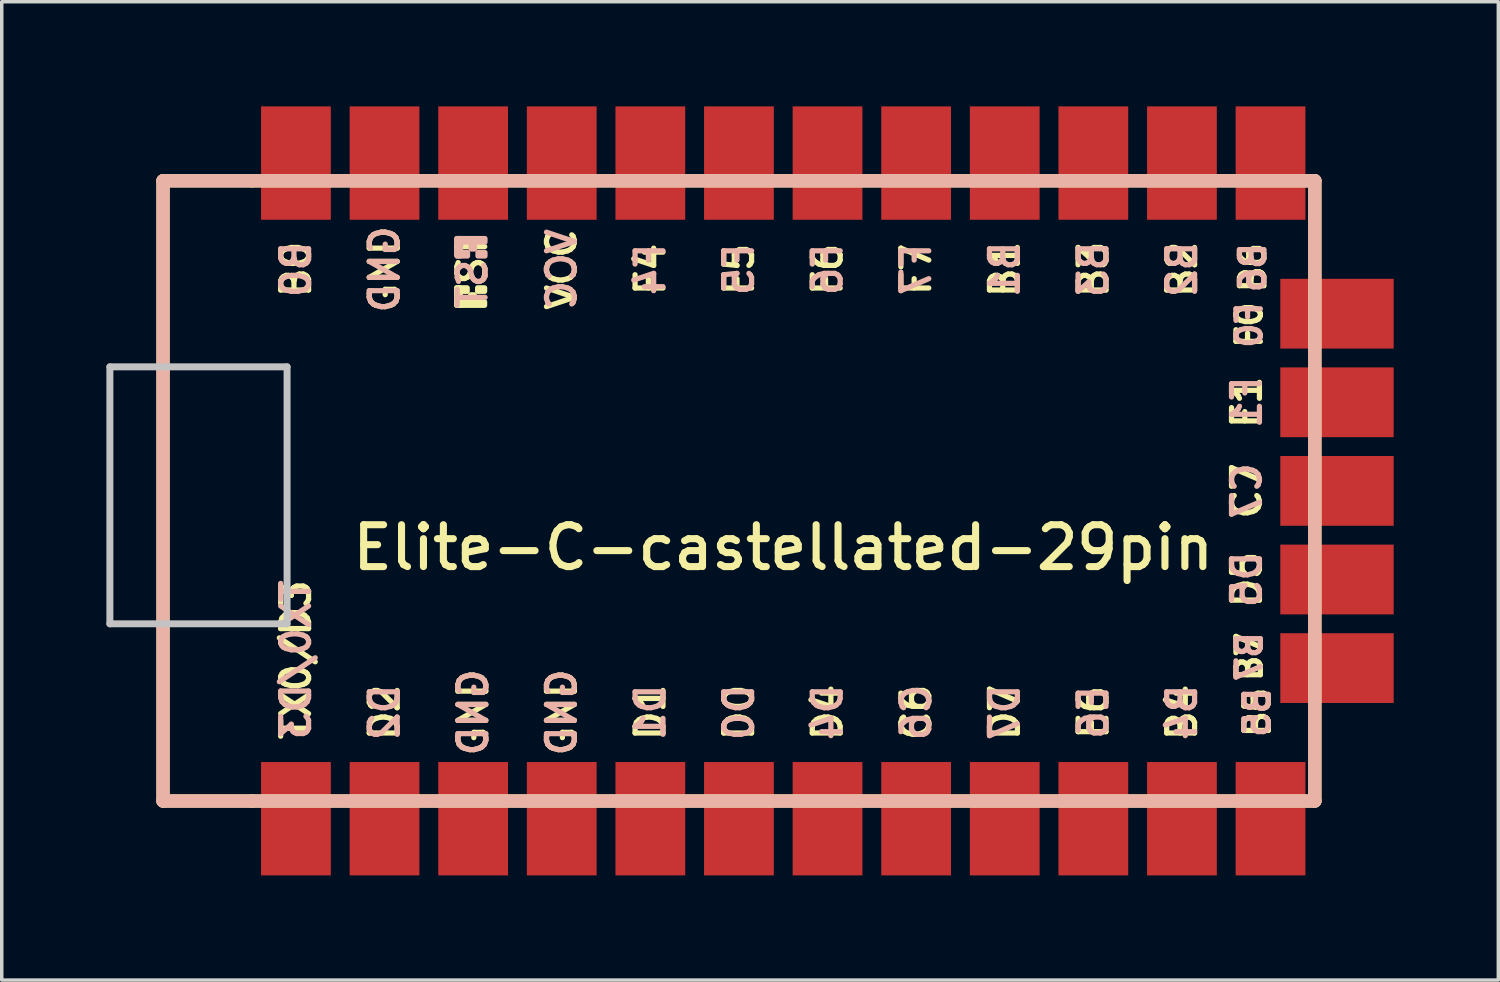
<source format=kicad_pcb>
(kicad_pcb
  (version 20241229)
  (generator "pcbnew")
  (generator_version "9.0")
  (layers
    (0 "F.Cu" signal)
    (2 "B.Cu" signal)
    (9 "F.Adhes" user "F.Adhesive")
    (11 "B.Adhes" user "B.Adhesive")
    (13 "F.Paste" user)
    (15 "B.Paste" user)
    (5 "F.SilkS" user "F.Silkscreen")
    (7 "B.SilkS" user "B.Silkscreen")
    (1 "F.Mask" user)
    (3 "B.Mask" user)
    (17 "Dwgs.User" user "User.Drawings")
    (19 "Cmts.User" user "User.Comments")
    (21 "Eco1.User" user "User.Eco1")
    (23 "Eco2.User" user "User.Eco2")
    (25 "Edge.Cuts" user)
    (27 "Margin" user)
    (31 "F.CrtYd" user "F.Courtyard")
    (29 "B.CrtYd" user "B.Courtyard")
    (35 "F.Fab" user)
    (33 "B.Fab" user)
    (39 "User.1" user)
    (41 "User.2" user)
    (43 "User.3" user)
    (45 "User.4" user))
  (footprint "Elite-C-castellated-29pin"
    (layer "F.Cu")
    (at 19.404 11.023)
    (property "Reference" "Elite-C-castellated-29pin" (at 0 1.625 0) (layer "F.SilkS") (effects (font (size 1.2 1.2) (thickness 0.203))))
    (attr through_hole)
    (fp_line (start -17.78 -8.89) (end -17.78 8.89) (stroke (width 0.381) (type solid)) (layer "F.SilkS"))
    (fp_line (start -17.78 8.89) (end -15.24 8.89) (stroke (width 0.381) (type solid)) (layer "F.SilkS"))
    (fp_line (start -15.24 -8.89) (end -17.78 -8.89) (stroke (width 0.381) (type solid)) (layer "F.SilkS"))
    (fp_line (start -15.24 8.89) (end 15.24 8.89) (stroke (width 0.381) (type solid)) (layer "F.SilkS"))
    (fp_line (start 15.24 -8.89) (end -15.24 -8.89) (stroke (width 0.381) (type solid)) (layer "F.SilkS"))
    (fp_line (start 15.24 8.89) (end 15.24 -8.89) (stroke (width 0.381) (type solid)) (layer "F.SilkS"))
    (fp_poly (pts (xy -9.361 -5.821) (xy -9.261 -5.821) (xy -9.261 -5.321) (xy -9.361 -5.321)) (stroke (width 0.15) (type solid)) (fill yes) (layer "F.SilkS"))
    (fp_poly (pts (xy -9.361 -5.821) (xy -9.061 -5.821) (xy -9.061 -5.721) (xy -9.361 -5.721)) (stroke (width 0.15) (type solid)) (fill yes) (layer "F.SilkS"))
    (fp_poly (pts (xy -9.361 -5.421) (xy -8.561 -5.421) (xy -8.561 -5.321) (xy -9.361 -5.321)) (stroke (width 0.15) (type solid)) (fill yes) (layer "F.SilkS"))
    (fp_poly (pts (xy -8.961 -5.621) (xy -8.861 -5.621) (xy -8.861 -5.521) (xy -8.961 -5.521)) (stroke (width 0.15) (type solid)) (fill yes) (layer "F.SilkS"))
    (fp_poly (pts (xy -8.761 -5.821) (xy -8.561 -5.821) (xy -8.561 -5.721) (xy -8.761 -5.721)) (stroke (width 0.15) (type solid)) (fill yes) (layer "F.SilkS"))
    (fp_line (start -17.78 -8.89) (end -17.78 8.89) (stroke (width 0.381) (type solid)) (layer "B.SilkS"))
    (fp_line (start -17.78 8.89) (end 15.24 8.89) (stroke (width 0.381) (type solid)) (layer "B.SilkS"))
    (fp_line (start 15.24 -8.89) (end -17.78 -8.89) (stroke (width 0.381) (type solid)) (layer "B.SilkS"))
    (fp_line (start 15.24 8.89) (end 15.24 -8.89) (stroke (width 0.381) (type solid)) (layer "B.SilkS"))
    (fp_poly (pts (xy -9.351 -7.134) (xy -8.551 -7.134) (xy -8.551 -7.234) (xy -9.351 -7.234)) (stroke (width 0.15) (type solid)) (fill yes) (layer "B.SilkS"))
    (fp_poly (pts (xy -9.351 -6.734) (xy -9.251 -6.734) (xy -9.251 -7.234) (xy -9.351 -7.234)) (stroke (width 0.15) (type solid)) (fill yes) (layer "B.SilkS"))
    (fp_poly (pts (xy -9.351 -6.734) (xy -9.051 -6.734) (xy -9.051 -6.834) (xy -9.351 -6.834)) (stroke (width 0.15) (type solid)) (fill yes) (layer "B.SilkS"))
    (fp_poly (pts (xy -8.951 -6.934) (xy -8.851 -6.934) (xy -8.851 -7.034) (xy -8.951 -7.034)) (stroke (width 0.15) (type solid)) (fill yes) (layer "B.SilkS"))
    (fp_poly (pts (xy -8.751 -6.734) (xy -8.551 -6.734) (xy -8.551 -6.834) (xy -8.751 -6.834)) (stroke (width 0.15) (type solid)) (fill yes) (layer "B.SilkS"))
    (fp_line (start -19.304 -3.556) (end -14.224 -3.556) (stroke (width 0.2) (type solid)) (layer "Dwgs.User"))
    (fp_line (start -19.304 3.81) (end -19.304 -3.556) (stroke (width 0.2) (type solid)) (layer "Dwgs.User"))
    (fp_line (start -14.224 -3.556) (end -14.224 3.81) (stroke (width 0.2) (type solid)) (layer "Dwgs.User"))
    (fp_line (start -14.224 3.81) (end -19.304 3.81) (stroke (width 0.2) (type solid)) (layer "Dwgs.User"))
    (fp_text user "D5" (at 13.289 2.54 90) (layer "F.SilkS") (effects (font (size 0.8 0.8) (thickness 0.15))))
    (fp_text user "B1" (at 6.35 -6.35 90) (layer "F.SilkS") (effects (font (size 0.8 0.8) (thickness 0.15))))
    (fp_text user "B3" (at 8.89 -6.35 90) (layer "F.SilkS") (effects (font (size 0.8 0.8) (thickness 0.15))))
    (fp_text user "D4" (at 1.27 6.35 90) (layer "F.SilkS") (effects (font (size 0.8 0.8) (thickness 0.15))))
    (fp_text user "VCC" (at -6.35 -6.35 90) (layer "F.SilkS") (effects (font (size 0.8 0.8) (thickness 0.15))))
    (fp_text user "D0" (at -1.27 6.35 90) (layer "F.SilkS") (effects (font (size 0.8 0.8) (thickness 0.15))))
    (fp_text user "B5" (at 13.589 6.35 90) (layer "F.SilkS") (effects (font (size 0.7 0.7) (thickness 0.15))))
    (fp_text user "F7" (at 3.81 -6.35 90) (layer "F.SilkS") (effects (font (size 0.8 0.8) (thickness 0.15))))
    (fp_text user "GND" (at -6.35 6.35 90) (layer "F.SilkS") (effects (font (size 0.8 0.8) (thickness 0.15))))
    (fp_text user "D7" (at 6.35 6.35 90) (layer "F.SilkS") (effects (font (size 0.8 0.8) (thickness 0.15))))
    (fp_text user "B4" (at 11.43 6.35 90) (layer "F.SilkS") (effects (font (size 0.8 0.8) (thickness 0.15))))
    (fp_text user "C6" (at 3.81 6.35 90) (layer "F.SilkS") (effects (font (size 0.8 0.8) (thickness 0.15))))
    (fp_text user "F4" (at -3.81 -6.35 90) (layer "F.SilkS") (effects (font (size 0.8 0.8) (thickness 0.15))))
    (fp_text user "E6" (at 8.89 6.35 90) (layer "F.SilkS") (effects (font (size 0.8 0.8) (thickness 0.15))))
    (fp_text user "B2" (at 11.43 -6.35 90) (layer "F.SilkS") (effects (font (size 0.8 0.8) (thickness 0.15))))
    (fp_text user "F6" (at 1.27 -6.35 90) (layer "F.SilkS") (effects (font (size 0.8 0.8) (thickness 0.15))))
    (fp_text user "D2" (at -11.43 6.35 90) (layer "F.SilkS") (effects (font (size 0.8 0.8) (thickness 0.15))))
    (fp_text user "F5" (at -1.27 -6.35 90) (layer "F.SilkS") (effects (font (size 0.8 0.8) (thickness 0.15))))
    (fp_text user "F1" (at 13.289 -2.54 90) (layer "F.SilkS") (effects (font (size 0.8 0.8) (thickness 0.15))))
    (fp_text user "B6" (at 13.462 -6.4 90) (unlocked yes) (layer "F.SilkS") (effects (font (size 0.7 0.7) (thickness 0.15))))
    (fp_text user "C7" (at 13.289 0 90) (layer "F.SilkS") (effects (font (size 0.8 0.8) (thickness 0.15))))
    (fp_text user "GND" (at -11.43 -6.35 90) (layer "F.SilkS") (effects (font (size 0.8 0.8) (thickness 0.15))))
    (fp_text user "B7" (at 13.362 4.754 90) (layer "F.SilkS") (effects (font (size 0.7 0.7) (thickness 0.15))))
    (fp_text user "ST" (at -8.92 -6.622 90) (layer "F.SilkS") (effects (font (size 0.8 0.8) (thickness 0.15))))
    (fp_text user "TX0/D3" (at -13.97 4.842 90) (layer "F.SilkS") (effects (font (size 0.8 0.8) (thickness 0.15))))
    (fp_text user "D1" (at -3.81 6.35 90) (layer "F.SilkS") (effects (font (size 0.8 0.8) (thickness 0.15))))
    (fp_text user "B0" (at -13.97 -6.35 90) (layer "F.SilkS") (effects (font (size 0.8 0.8) (thickness 0.15))))
    (fp_text user "F0" (at 13.362 -4.754 90) (layer "F.SilkS") (effects (font (size 0.7 0.7) (thickness 0.15))))
    (fp_text user "GND" (at -8.89 6.35 90) (layer "F.SilkS") (effects (font (size 0.8 0.8) (thickness 0.15))))
    (fp_text user "F1" (at 13.289 -2.54 90) (layer "B.SilkS") (effects (font (size 0.8 0.8) (thickness 0.15)) (justify mirror)))
    (fp_text user "D5" (at 13.289 2.54 90) (layer "B.SilkS") (effects (font (size 0.8 0.8) (thickness 0.15)) (justify mirror)))
    (fp_text user "VCC" (at -6.35 -6.35 90) (layer "B.SilkS") (effects (font (size 0.8 0.8) (thickness 0.15)) (justify mirror)))
    (fp_text user "B7" (at 13.362 4.754 90) (layer "B.SilkS") (effects (font (size 0.7 0.7) (thickness 0.15)) (justify mirror)))
    (fp_text user "C6" (at 3.81 6.35 90) (layer "B.SilkS") (effects (font (size 0.8 0.8) (thickness 0.15)) (justify mirror)))
    (fp_text user "B6" (at 13.462 -6.4 90) (unlocked yes) (layer "B.SilkS") (effects (font (size 0.7 0.7) (thickness 0.15)) (justify mirror)))
    (fp_text user "B0" (at -13.97 -6.35 90) (layer "B.SilkS") (effects (font (size 0.8 0.8) (thickness 0.15)) (justify mirror)))
    (fp_text user "E6" (at 8.89 6.35 90) (layer "B.SilkS") (effects (font (size 0.8 0.8) (thickness 0.15)) (justify mirror)))
    (fp_text user "F6" (at 1.27 -6.35 90) (layer "B.SilkS") (effects (font (size 0.8 0.8) (thickness 0.15)) (justify mirror)))
    (fp_text user "D0" (at -1.27 6.35 90) (layer "B.SilkS") (effects (font (size 0.8 0.8) (thickness 0.15)) (justify mirror)))
    (fp_text user "D1" (at -3.81 6.35 90) (layer "B.SilkS") (effects (font (size 0.8 0.8) (thickness 0.15)) (justify mirror)))
    (fp_text user "GND" (at -11.43 -6.35 90) (layer "B.SilkS") (effects (font (size 0.8 0.8) (thickness 0.15)) (justify mirror)))
    (fp_text user "C7" (at 13.289 0 90) (layer "B.SilkS") (effects (font (size 0.8 0.8) (thickness 0.15)) (justify mirror)))
    (fp_text user "TX0/D3" (at -13.97 4.842 90) (layer "B.SilkS") (effects (font (size 0.8 0.8) (thickness 0.15)) (justify mirror)))
    (fp_text user "B5" (at 13.589 6.35 90) (layer "B.SilkS") (effects (font (size 0.7 0.7) (thickness 0.15)) (justify mirror)))
    (fp_text user "D2" (at -11.43 6.35 90) (layer "B.SilkS") (effects (font (size 0.8 0.8) (thickness 0.15)) (justify mirror)))
    (fp_text user "GND" (at -6.35 6.35 90) (layer "B.SilkS") (effects (font (size 0.8 0.8) (thickness 0.15)) (justify mirror)))
    (fp_text user "B3" (at 8.89 -6.35 90) (layer "B.SilkS") (effects (font (size 0.8 0.8) (thickness 0.15)) (justify mirror)))
    (fp_text user "D7" (at 6.35 6.35 90) (layer "B.SilkS") (effects (font (size 0.8 0.8) (thickness 0.15)) (justify mirror)))
    (fp_text user "B4" (at 11.43 6.35 90) (layer "B.SilkS") (effects (font (size 0.8 0.8) (thickness 0.15)) (justify mirror)))
    (fp_text user "F0" (at 13.362 -4.754 90) (layer "B.SilkS") (effects (font (size 0.7 0.7) (thickness 0.15)) (justify mirror)))
    (fp_text user "F5" (at -1.27 -6.35 90) (layer "B.SilkS") (effects (font (size 0.8 0.8) (thickness 0.15)) (justify mirror)))
    (fp_text user "F4" (at -3.81 -6.35 90) (layer "B.SilkS") (effects (font (size 0.8 0.8) (thickness 0.15)) (justify mirror)))
    (fp_text user "ST" (at -8.91 -5.929 90) (layer "B.SilkS") (effects (font (size 0.8 0.8) (thickness 0.15)) (justify mirror)))
    (fp_text user "F7" (at 3.81 -6.35 90) (layer "B.SilkS") (effects (font (size 0.8 0.8) (thickness 0.15)) (justify mirror)))
    (fp_text user "B1" (at 6.35 -6.35 90) (layer "B.SilkS") (effects (font (size 0.8 0.8) (thickness 0.15)) (justify mirror)))
    (fp_text user "D4" (at 1.27 6.35 90) (layer "B.SilkS") (effects (font (size 0.8 0.8) (thickness 0.15)) (justify mirror)))
    (fp_text user "B2" (at 11.43 -6.35 90) (layer "B.SilkS") (effects (font (size 0.8 0.8) (thickness 0.15)) (justify mirror)))
    (fp_text user "GND" (at -8.89 6.35 90) (layer "B.SilkS") (effects (font (size 0.8 0.8) (thickness 0.15)) (justify mirror)))
    (pad "1" smd rect (at -13.97 9.398) (size 2 3.25) (layers "F.Cu" "F.Mask" "F.Paste"))
    (pad "2" smd rect (at -11.43 9.398) (size 2 3.25) (layers "F.Cu" "F.Mask" "F.Paste"))
    (pad "3" smd rect (at -8.89 9.398) (size 2 3.25) (layers "F.Cu" "F.Mask" "F.Paste"))
    (pad "4" smd rect (at -6.35 9.398) (size 2 3.25) (layers "F.Cu" "F.Mask" "F.Paste"))
    (pad "5" smd rect (at -3.81 9.398) (size 2 3.25) (layers "F.Cu" "F.Mask" "F.Paste"))
    (pad "6" smd rect (at -1.27 9.398) (size 2 3.25) (layers "F.Cu" "F.Mask" "F.Paste"))
    (pad "7" smd rect (at 1.27 9.398) (size 2 3.25) (layers "F.Cu" "F.Mask" "F.Paste"))
    (pad "8" smd rect (at 3.81 9.398) (size 2 3.25) (layers "F.Cu" "F.Mask" "F.Paste"))
    (pad "9" smd rect (at 6.35 9.398) (size 2 3.25) (layers "F.Cu" "F.Mask" "F.Paste"))
    (pad "10" smd rect (at 8.89 9.398) (size 2 3.25) (layers "F.Cu" "F.Mask" "F.Paste"))
    (pad "11" smd rect (at 11.43 9.398) (size 2 3.25) (layers "F.Cu" "F.Mask" "F.Paste"))
    (pad "12" smd rect (at 13.97 9.398) (size 2 3.25) (layers "F.Cu" "F.Mask" "F.Paste"))
    (pad "13" smd rect (at 13.97 -9.398) (size 2 3.25) (layers "F.Cu" "F.Mask" "F.Paste"))
    (pad "14" smd rect (at 11.43 -9.398) (size 2 3.25) (layers "F.Cu" "F.Mask" "F.Paste"))
    (pad "15" smd rect (at 8.89 -9.398) (size 2 3.25) (layers "F.Cu" "F.Mask" "F.Paste"))
    (pad "16" smd rect (at 6.35 -9.398) (size 2 3.25) (layers "F.Cu" "F.Mask" "F.Paste"))
    (pad "17" smd rect (at 3.81 -9.398) (size 2 3.25) (layers "F.Cu" "F.Mask" "F.Paste"))
    (pad "18" smd rect (at 1.27 -9.398) (size 2 3.25) (layers "F.Cu" "F.Mask" "F.Paste"))
    (pad "19" smd rect (at -1.27 -9.398) (size 2 3.25) (layers "F.Cu" "F.Mask" "F.Paste"))
    (pad "20" smd rect (at -3.81 -9.398) (size 2 3.25) (layers "F.Cu" "F.Mask" "F.Paste"))
    (pad "21" smd rect (at -6.35 -9.398) (size 2 3.25) (layers "F.Cu" "F.Mask" "F.Paste"))
    (pad "22" smd rect (at -8.89 -9.398) (size 2 3.25) (layers "F.Cu" "F.Mask" "F.Paste"))
    (pad "23" smd rect (at -11.43 -9.398) (size 2 3.25) (layers "F.Cu" "F.Mask" "F.Paste"))
    (pad "24" smd rect (at -13.97 -9.398) (size 2 3.25) (layers "F.Cu" "F.Mask" "F.Paste"))
    (pad "25" smd rect (at 15.875 5.08 90) (size 2 3.25) (layers "F.Cu" "F.Mask" "F.Paste"))
    (pad "26" smd rect (at 15.875 2.54 90) (size 2 3.25) (layers "F.Cu" "F.Mask" "F.Paste"))
    (pad "27" smd rect (at 15.875 0 90) (size 2 3.25) (layers "F.Cu" "F.Mask" "F.Paste"))
    (pad "28" smd rect (at 15.875 -2.54 90) (size 2 3.25) (layers "F.Cu" "F.Mask" "F.Paste"))
    (pad "29" smd rect (at 15.875 -5.08 90) (size 2 3.25) (layers "F.Cu" "F.Mask" "F.Paste")))
  (gr_rect
    (start -3 -3)
    (end 39.904 25.046)
    (stroke (width 0.1) (type default))
    (fill no)
    (layer "Edge.Cuts")))
</source>
